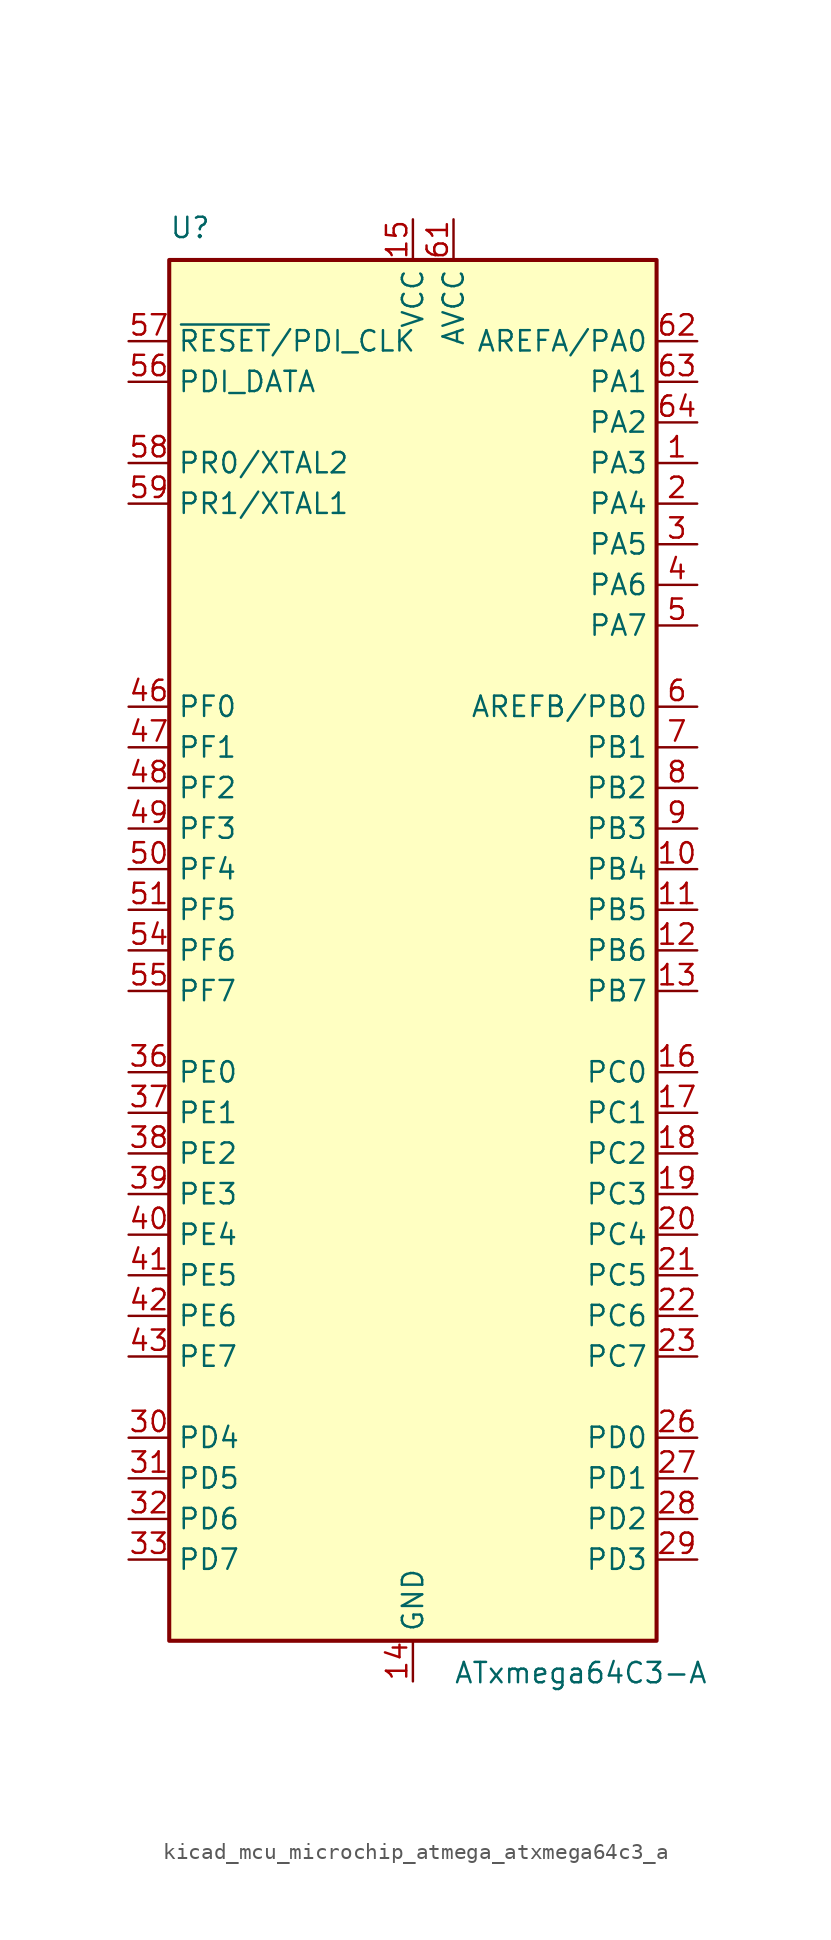
<source format=kicad_sym>
(kicad_symbol_lib
  (version 20220914)
  (generator kicad_symbol_editor)
  (symbol "kicad_mcu_microchip_atmega_atxmega64c3_a"
    (property "Reference" "U"
      (at -15.24 44.45 0)
      (effects (font (size 1.27 1.27)) (justify left bottom)))
    (property "Value" "ATxmega64C3-A"
      (at 2.54 -44.45 0)
      (effects (font (size 1.27 1.27)) (justify left top)))
    (symbol "kicad_mcu_microchip_atmega_atxmega64c3_a_0_1"
      (rectangle (start -15.24 -43.18) (end 15.24 43.18) (stroke (width 0.254) (type default)) (fill (type background))))
    (symbol "kicad_mcu_microchip_atmega_atxmega64c3_a_1_1"
      (pin bidirectional line (at 17.78 30.48 180) (length 2.54) (name "PA3" (effects (font (size 1.27 1.27)))) (number "1" (effects (font (size 1.27 1.27)))))
      (pin bidirectional line (at 17.78 5.08 180) (length 2.54) (name "PB4" (effects (font (size 1.27 1.27)))) (number "10" (effects (font (size 1.27 1.27)))))
      (pin bidirectional line (at 17.78 2.54 180) (length 2.54) (name "PB5" (effects (font (size 1.27 1.27)))) (number "11" (effects (font (size 1.27 1.27)))))
      (pin bidirectional line (at 17.78 0 180) (length 2.54) (name "PB6" (effects (font (size 1.27 1.27)))) (number "12" (effects (font (size 1.27 1.27)))))
      (pin bidirectional line (at 17.78 -2.54 180) (length 2.54) (name "PB7" (effects (font (size 1.27 1.27)))) (number "13" (effects (font (size 1.27 1.27)))))
      (pin power_in line (at 0 -45.72 90) (length 2.54) (name "GND" (effects (font (size 1.27 1.27)))) (number "14" (effects (font (size 1.27 1.27)))))
      (pin power_in line (at 0 45.72 270) (length 2.54) (name "VCC" (effects (font (size 1.27 1.27)))) (number "15" (effects (font (size 1.27 1.27)))))
      (pin bidirectional line (at 17.78 -7.62 180) (length 2.54) (name "PC0" (effects (font (size 1.27 1.27)))) (number "16" (effects (font (size 1.27 1.27)))))
      (pin bidirectional line (at 17.78 -10.16 180) (length 2.54) (name "PC1" (effects (font (size 1.27 1.27)))) (number "17" (effects (font (size 1.27 1.27)))))
      (pin bidirectional line (at 17.78 -12.7 180) (length 2.54) (name "PC2" (effects (font (size 1.27 1.27)))) (number "18" (effects (font (size 1.27 1.27)))))
      (pin bidirectional line (at 17.78 -15.24 180) (length 2.54) (name "PC3" (effects (font (size 1.27 1.27)))) (number "19" (effects (font (size 1.27 1.27)))))
      (pin bidirectional line (at 17.78 27.94 180) (length 2.54) (name "PA4" (effects (font (size 1.27 1.27)))) (number "2" (effects (font (size 1.27 1.27)))))
      (pin bidirectional line (at 17.78 -17.78 180) (length 2.54) (name "PC4" (effects (font (size 1.27 1.27)))) (number "20" (effects (font (size 1.27 1.27)))))
      (pin bidirectional line (at 17.78 -20.32 180) (length 2.54) (name "PC5" (effects (font (size 1.27 1.27)))) (number "21" (effects (font (size 1.27 1.27)))))
      (pin bidirectional line (at 17.78 -22.86 180) (length 2.54) (name "PC6" (effects (font (size 1.27 1.27)))) (number "22" (effects (font (size 1.27 1.27)))))
      (pin bidirectional line (at 17.78 -25.4 180) (length 2.54) (name "PC7" (effects (font (size 1.27 1.27)))) (number "23" (effects (font (size 1.27 1.27)))))
      (pin passive line (at 0 -45.72 90) (length 2.54) hide (name "GND" (effects (font (size 1.27 1.27)))) (number "24" (effects (font (size 1.27 1.27)))))
      (pin passive line (at 0 45.72 270) (length 2.54) hide (name "VCC" (effects (font (size 1.27 1.27)))) (number "25" (effects (font (size 1.27 1.27)))))
      (pin bidirectional line (at 17.78 -30.48 180) (length 2.54) (name "PD0" (effects (font (size 1.27 1.27)))) (number "26" (effects (font (size 1.27 1.27)))))
      (pin bidirectional line (at 17.78 -33.02 180) (length 2.54) (name "PD1" (effects (font (size 1.27 1.27)))) (number "27" (effects (font (size 1.27 1.27)))))
      (pin bidirectional line (at 17.78 -35.56 180) (length 2.54) (name "PD2" (effects (font (size 1.27 1.27)))) (number "28" (effects (font (size 1.27 1.27)))))
      (pin bidirectional line (at 17.78 -38.1 180) (length 2.54) (name "PD3" (effects (font (size 1.27 1.27)))) (number "29" (effects (font (size 1.27 1.27)))))
      (pin bidirectional line (at 17.78 25.4 180) (length 2.54) (name "PA5" (effects (font (size 1.27 1.27)))) (number "3" (effects (font (size 1.27 1.27)))))
      (pin bidirectional line (at -17.78 -30.48 0) (length 2.54) (name "PD4" (effects (font (size 1.27 1.27)))) (number "30" (effects (font (size 1.27 1.27)))))
      (pin bidirectional line (at -17.78 -33.02 0) (length 2.54) (name "PD5" (effects (font (size 1.27 1.27)))) (number "31" (effects (font (size 1.27 1.27)))))
      (pin bidirectional line (at -17.78 -35.56 0) (length 2.54) (name "PD6" (effects (font (size 1.27 1.27)))) (number "32" (effects (font (size 1.27 1.27)))))
      (pin bidirectional line (at -17.78 -38.1 0) (length 2.54) (name "PD7" (effects (font (size 1.27 1.27)))) (number "33" (effects (font (size 1.27 1.27)))))
      (pin passive line (at 0 -45.72 90) (length 2.54) hide (name "GND" (effects (font (size 1.27 1.27)))) (number "34" (effects (font (size 1.27 1.27)))))
      (pin passive line (at 0 45.72 270) (length 2.54) hide (name "VCC" (effects (font (size 1.27 1.27)))) (number "35" (effects (font (size 1.27 1.27)))))
      (pin bidirectional line (at -17.78 -7.62 0) (length 2.54) (name "PE0" (effects (font (size 1.27 1.27)))) (number "36" (effects (font (size 1.27 1.27)))))
      (pin bidirectional line (at -17.78 -10.16 0) (length 2.54) (name "PE1" (effects (font (size 1.27 1.27)))) (number "37" (effects (font (size 1.27 1.27)))))
      (pin bidirectional line (at -17.78 -12.7 0) (length 2.54) (name "PE2" (effects (font (size 1.27 1.27)))) (number "38" (effects (font (size 1.27 1.27)))))
      (pin bidirectional line (at -17.78 -15.24 0) (length 2.54) (name "PE3" (effects (font (size 1.27 1.27)))) (number "39" (effects (font (size 1.27 1.27)))))
      (pin bidirectional line (at 17.78 22.86 180) (length 2.54) (name "PA6" (effects (font (size 1.27 1.27)))) (number "4" (effects (font (size 1.27 1.27)))))
      (pin bidirectional line (at -17.78 -17.78 0) (length 2.54) (name "PE4" (effects (font (size 1.27 1.27)))) (number "40" (effects (font (size 1.27 1.27)))))
      (pin bidirectional line (at -17.78 -20.32 0) (length 2.54) (name "PE5" (effects (font (size 1.27 1.27)))) (number "41" (effects (font (size 1.27 1.27)))))
      (pin bidirectional line (at -17.78 -22.86 0) (length 2.54) (name "PE6" (effects (font (size 1.27 1.27)))) (number "42" (effects (font (size 1.27 1.27)))))
      (pin bidirectional line (at -17.78 -25.4 0) (length 2.54) (name "PE7" (effects (font (size 1.27 1.27)))) (number "43" (effects (font (size 1.27 1.27)))))
      (pin passive line (at 0 -45.72 90) (length 2.54) hide (name "GND" (effects (font (size 1.27 1.27)))) (number "44" (effects (font (size 1.27 1.27)))))
      (pin passive line (at 0 45.72 270) (length 2.54) hide (name "VCC" (effects (font (size 1.27 1.27)))) (number "45" (effects (font (size 1.27 1.27)))))
      (pin bidirectional line (at -17.78 15.24 0) (length 2.54) (name "PF0" (effects (font (size 1.27 1.27)))) (number "46" (effects (font (size 1.27 1.27)))))
      (pin bidirectional line (at -17.78 12.7 0) (length 2.54) (name "PF1" (effects (font (size 1.27 1.27)))) (number "47" (effects (font (size 1.27 1.27)))))
      (pin bidirectional line (at -17.78 10.16 0) (length 2.54) (name "PF2" (effects (font (size 1.27 1.27)))) (number "48" (effects (font (size 1.27 1.27)))))
      (pin bidirectional line (at -17.78 7.62 0) (length 2.54) (name "PF3" (effects (font (size 1.27 1.27)))) (number "49" (effects (font (size 1.27 1.27)))))
      (pin bidirectional line (at 17.78 20.32 180) (length 2.54) (name "PA7" (effects (font (size 1.27 1.27)))) (number "5" (effects (font (size 1.27 1.27)))))
      (pin bidirectional line (at -17.78 5.08 0) (length 2.54) (name "PF4" (effects (font (size 1.27 1.27)))) (number "50" (effects (font (size 1.27 1.27)))))
      (pin bidirectional line (at -17.78 2.54 0) (length 2.54) (name "PF5" (effects (font (size 1.27 1.27)))) (number "51" (effects (font (size 1.27 1.27)))))
      (pin passive line (at 0 -45.72 90) (length 2.54) hide (name "GND" (effects (font (size 1.27 1.27)))) (number "52" (effects (font (size 1.27 1.27)))))
      (pin passive line (at 0 45.72 270) (length 2.54) hide (name "VCC" (effects (font (size 1.27 1.27)))) (number "53" (effects (font (size 1.27 1.27)))))
      (pin bidirectional line (at -17.78 0 0) (length 2.54) (name "PF6" (effects (font (size 1.27 1.27)))) (number "54" (effects (font (size 1.27 1.27)))))
      (pin bidirectional line (at -17.78 -2.54 0) (length 2.54) (name "PF7" (effects (font (size 1.27 1.27)))) (number "55" (effects (font (size 1.27 1.27)))))
      (pin bidirectional line (at -17.78 35.56 0) (length 2.54) (name "PDI_DATA" (effects (font (size 1.27 1.27)))) (number "56" (effects (font (size 1.27 1.27)))))
      (pin input line (at -17.78 38.1 0) (length 2.54) (name "~{RESET}/PDI_CLK" (effects (font (size 1.27 1.27)))) (number "57" (effects (font (size 1.27 1.27)))))
      (pin bidirectional line (at -17.78 30.48 0) (length 2.54) (name "PR0/XTAL2" (effects (font (size 1.27 1.27)))) (number "58" (effects (font (size 1.27 1.27)))))
      (pin bidirectional line (at -17.78 27.94 0) (length 2.54) (name "PR1/XTAL1" (effects (font (size 1.27 1.27)))) (number "59" (effects (font (size 1.27 1.27)))))
      (pin bidirectional line (at 17.78 15.24 180) (length 2.54) (name "AREFB/PB0" (effects (font (size 1.27 1.27)))) (number "6" (effects (font (size 1.27 1.27)))))
      (pin passive line (at 0 -45.72 90) (length 2.54) hide (name "GND" (effects (font (size 1.27 1.27)))) (number "60" (effects (font (size 1.27 1.27)))))
      (pin power_in line (at 2.54 45.72 270) (length 2.54) (name "AVCC" (effects (font (size 1.27 1.27)))) (number "61" (effects (font (size 1.27 1.27)))))
      (pin bidirectional line (at 17.78 38.1 180) (length 2.54) (name "AREFA/PA0" (effects (font (size 1.27 1.27)))) (number "62" (effects (font (size 1.27 1.27)))))
      (pin bidirectional line (at 17.78 35.56 180) (length 2.54) (name "PA1" (effects (font (size 1.27 1.27)))) (number "63" (effects (font (size 1.27 1.27)))))
      (pin bidirectional line (at 17.78 33.02 180) (length 2.54) (name "PA2" (effects (font (size 1.27 1.27)))) (number "64" (effects (font (size 1.27 1.27)))))
      (pin bidirectional line (at 17.78 12.7 180) (length 2.54) (name "PB1" (effects (font (size 1.27 1.27)))) (number "7" (effects (font (size 1.27 1.27)))))
      (pin bidirectional line (at 17.78 10.16 180) (length 2.54) (name "PB2" (effects (font (size 1.27 1.27)))) (number "8" (effects (font (size 1.27 1.27)))))
      (pin bidirectional line (at 17.78 7.62 180) (length 2.54) (name "PB3" (effects (font (size 1.27 1.27)))) (number "9" (effects (font (size 1.27 1.27))))))))
</source>
